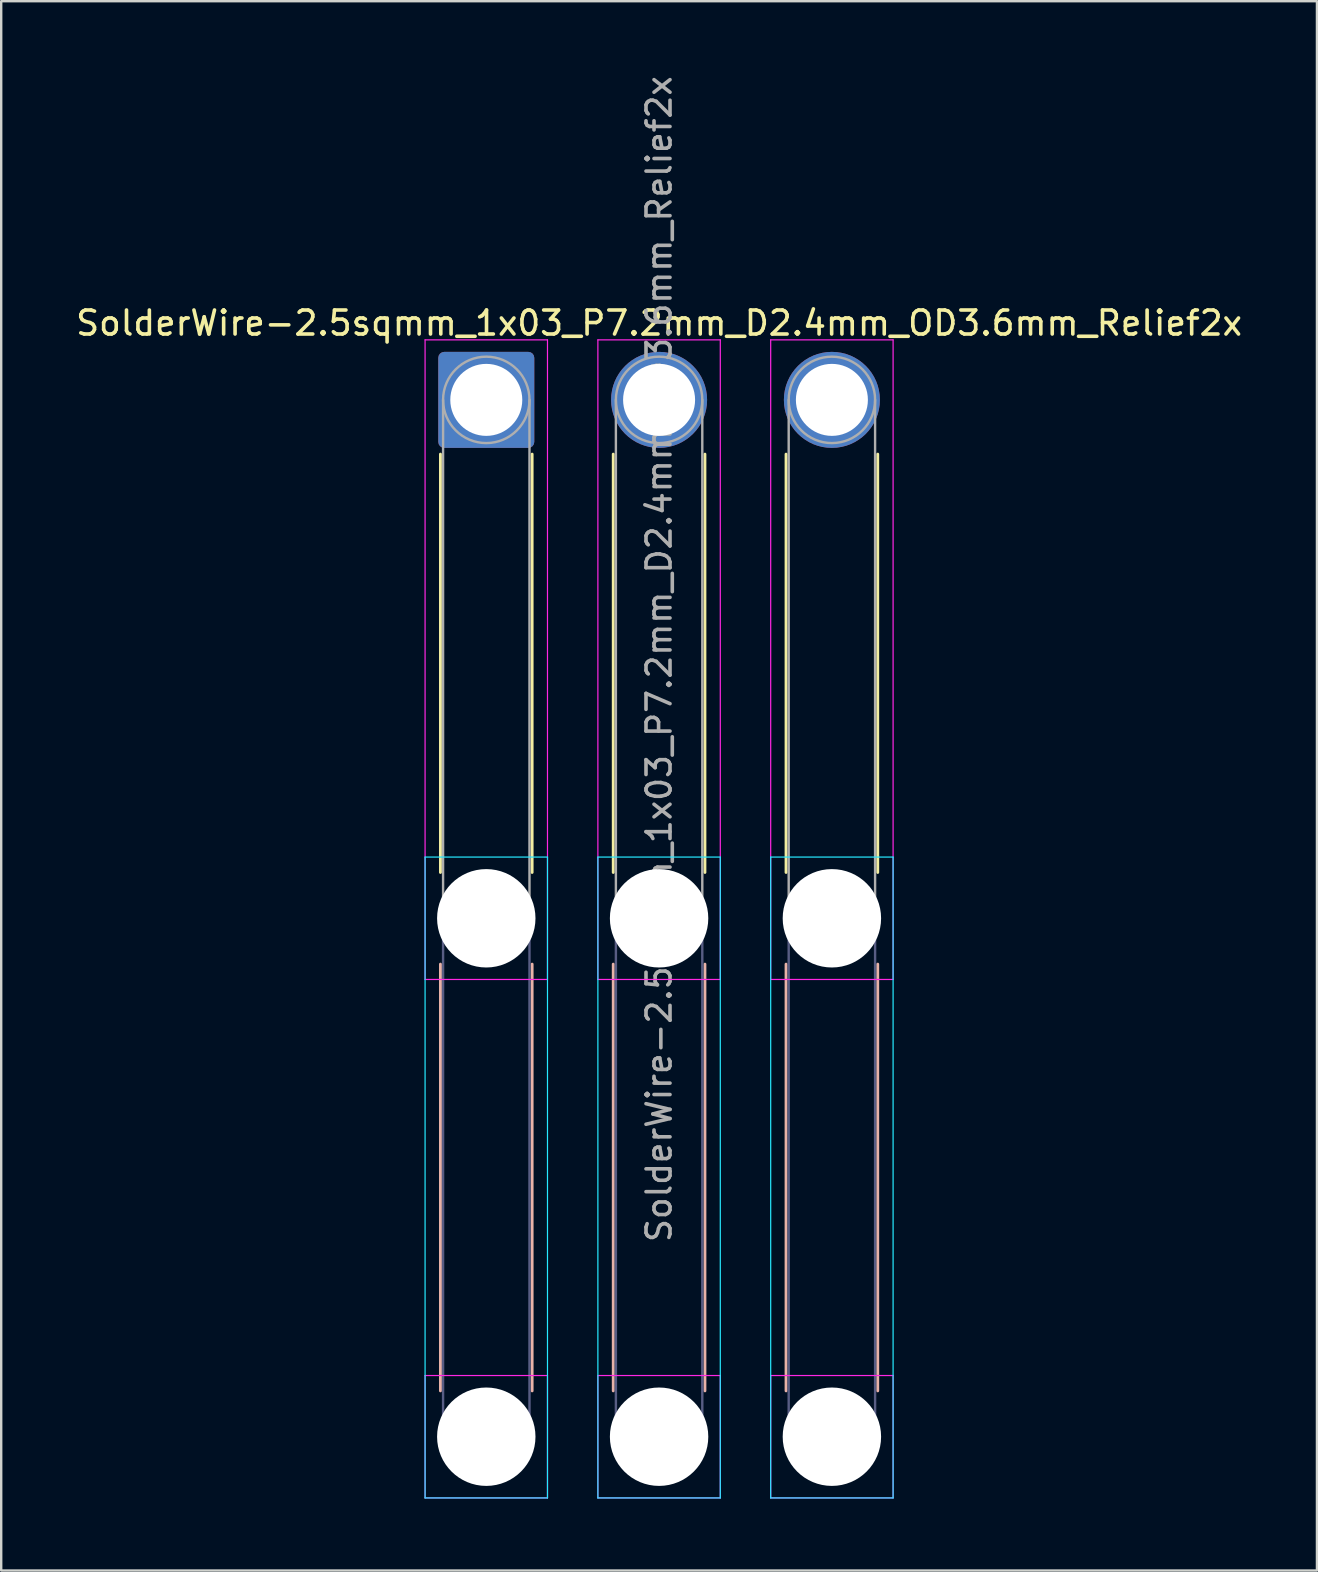
<source format=kicad_pcb>
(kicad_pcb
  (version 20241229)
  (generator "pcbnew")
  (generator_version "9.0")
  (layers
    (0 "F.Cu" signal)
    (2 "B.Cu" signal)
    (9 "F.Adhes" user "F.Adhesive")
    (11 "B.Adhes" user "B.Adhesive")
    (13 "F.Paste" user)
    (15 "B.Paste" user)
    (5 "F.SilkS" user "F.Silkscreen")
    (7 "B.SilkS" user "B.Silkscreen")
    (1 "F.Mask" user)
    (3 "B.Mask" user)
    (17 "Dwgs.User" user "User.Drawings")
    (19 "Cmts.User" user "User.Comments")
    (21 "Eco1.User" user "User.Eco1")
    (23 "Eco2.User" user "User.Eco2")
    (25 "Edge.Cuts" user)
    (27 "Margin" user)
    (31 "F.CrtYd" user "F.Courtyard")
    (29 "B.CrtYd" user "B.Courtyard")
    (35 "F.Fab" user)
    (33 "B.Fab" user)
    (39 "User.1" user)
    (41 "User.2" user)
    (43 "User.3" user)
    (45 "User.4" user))
  (footprint "SolderWire-2.5sqmm_1x03_P7.2mm_D2.4mm_OD3.6mm_Relief2x"
    (layer "F.Cu")
    (at 17.211 13.611)
    (property "Reference" "SolderWire-2.5sqmm_1x03_P7.2mm_D2.4mm_OD3.6mm_Relief2x" (at 7.2 -3.2 0) (layer "F.SilkS") (effects (font (size 1 1) (thickness 0.15))))
    (attr exclude_from_pos_files exclude_from_bom)
    (fp_line (start -1.91 2.26) (end -1.91 19.69) (stroke (width 0.12) (type solid)) (layer "F.SilkS"))
    (fp_line (start 1.91 2.26) (end 1.91 19.69) (stroke (width 0.12) (type solid)) (layer "F.SilkS"))
    (fp_line (start 5.29 2.26) (end 5.29 19.69) (stroke (width 0.12) (type solid)) (layer "F.SilkS"))
    (fp_line (start 9.11 2.26) (end 9.11 19.69) (stroke (width 0.12) (type solid)) (layer "F.SilkS"))
    (fp_line (start 12.49 2.26) (end 12.49 19.69) (stroke (width 0.12) (type solid)) (layer "F.SilkS"))
    (fp_line (start 16.31 2.26) (end 16.31 19.69) (stroke (width 0.12) (type solid)) (layer "F.SilkS"))
    (fp_line (start -1.91 23.51) (end -1.91 41.29) (stroke (width 0.12) (type solid)) (layer "B.SilkS"))
    (fp_line (start 1.91 23.51) (end 1.91 41.29) (stroke (width 0.12) (type solid)) (layer "B.SilkS"))
    (fp_line (start 5.29 23.51) (end 5.29 41.29) (stroke (width 0.12) (type solid)) (layer "B.SilkS"))
    (fp_line (start 9.11 23.51) (end 9.11 41.29) (stroke (width 0.12) (type solid)) (layer "B.SilkS"))
    (fp_line (start 12.49 23.51) (end 12.49 41.29) (stroke (width 0.12) (type solid)) (layer "B.SilkS"))
    (fp_line (start 16.31 23.51) (end 16.31 41.29) (stroke (width 0.12) (type solid)) (layer "B.SilkS"))
    (fp_line (start -2.55 19.05) (end -2.55 45.75) (stroke (width 0.05) (type solid)) (layer "B.CrtYd"))
    (fp_line (start -2.55 45.75) (end 2.55 45.75) (stroke (width 0.05) (type solid)) (layer "B.CrtYd"))
    (fp_line (start 2.55 19.05) (end -2.55 19.05) (stroke (width 0.05) (type solid)) (layer "B.CrtYd"))
    (fp_line (start 2.55 45.75) (end 2.55 19.05) (stroke (width 0.05) (type solid)) (layer "B.CrtYd"))
    (fp_line (start 4.65 19.05) (end 4.65 45.75) (stroke (width 0.05) (type solid)) (layer "B.CrtYd"))
    (fp_line (start 4.65 45.75) (end 9.75 45.75) (stroke (width 0.05) (type solid)) (layer "B.CrtYd"))
    (fp_line (start 9.75 19.05) (end 4.65 19.05) (stroke (width 0.05) (type solid)) (layer "B.CrtYd"))
    (fp_line (start 9.75 45.75) (end 9.75 19.05) (stroke (width 0.05) (type solid)) (layer "B.CrtYd"))
    (fp_line (start 11.85 19.05) (end 11.85 45.75) (stroke (width 0.05) (type solid)) (layer "B.CrtYd"))
    (fp_line (start 11.85 45.75) (end 16.95 45.75) (stroke (width 0.05) (type solid)) (layer "B.CrtYd"))
    (fp_line (start 16.95 19.05) (end 11.85 19.05) (stroke (width 0.05) (type solid)) (layer "B.CrtYd"))
    (fp_line (start 16.95 45.75) (end 16.95 19.05) (stroke (width 0.05) (type solid)) (layer "B.CrtYd"))
    (fp_line (start -2.55 -2.5) (end -2.55 24.15) (stroke (width 0.05) (type solid)) (layer "F.CrtYd"))
    (fp_line (start -2.55 24.15) (end 2.55 24.15) (stroke (width 0.05) (type solid)) (layer "F.CrtYd"))
    (fp_line (start -2.55 40.65) (end -2.55 45.75) (stroke (width 0.05) (type solid)) (layer "F.CrtYd"))
    (fp_line (start -2.55 45.75) (end 2.55 45.75) (stroke (width 0.05) (type solid)) (layer "F.CrtYd"))
    (fp_line (start 2.55 -2.5) (end -2.55 -2.5) (stroke (width 0.05) (type solid)) (layer "F.CrtYd"))
    (fp_line (start 2.55 24.15) (end 2.55 -2.5) (stroke (width 0.05) (type solid)) (layer "F.CrtYd"))
    (fp_line (start 2.55 40.65) (end -2.55 40.65) (stroke (width 0.05) (type solid)) (layer "F.CrtYd"))
    (fp_line (start 2.55 45.75) (end 2.55 40.65) (stroke (width 0.05) (type solid)) (layer "F.CrtYd"))
    (fp_line (start 4.65 -2.5) (end 4.65 24.15) (stroke (width 0.05) (type solid)) (layer "F.CrtYd"))
    (fp_line (start 4.65 24.15) (end 9.75 24.15) (stroke (width 0.05) (type solid)) (layer "F.CrtYd"))
    (fp_line (start 4.65 40.65) (end 4.65 45.75) (stroke (width 0.05) (type solid)) (layer "F.CrtYd"))
    (fp_line (start 4.65 45.75) (end 9.75 45.75) (stroke (width 0.05) (type solid)) (layer "F.CrtYd"))
    (fp_line (start 9.75 -2.5) (end 4.65 -2.5) (stroke (width 0.05) (type solid)) (layer "F.CrtYd"))
    (fp_line (start 9.75 24.15) (end 9.75 -2.5) (stroke (width 0.05) (type solid)) (layer "F.CrtYd"))
    (fp_line (start 9.75 40.65) (end 4.65 40.65) (stroke (width 0.05) (type solid)) (layer "F.CrtYd"))
    (fp_line (start 9.75 45.75) (end 9.75 40.65) (stroke (width 0.05) (type solid)) (layer "F.CrtYd"))
    (fp_line (start 11.85 -2.5) (end 11.85 24.15) (stroke (width 0.05) (type solid)) (layer "F.CrtYd"))
    (fp_line (start 11.85 24.15) (end 16.95 24.15) (stroke (width 0.05) (type solid)) (layer "F.CrtYd"))
    (fp_line (start 11.85 40.65) (end 11.85 45.75) (stroke (width 0.05) (type solid)) (layer "F.CrtYd"))
    (fp_line (start 11.85 45.75) (end 16.95 45.75) (stroke (width 0.05) (type solid)) (layer "F.CrtYd"))
    (fp_line (start 16.95 -2.5) (end 11.85 -2.5) (stroke (width 0.05) (type solid)) (layer "F.CrtYd"))
    (fp_line (start 16.95 24.15) (end 16.95 -2.5) (stroke (width 0.05) (type solid)) (layer "F.CrtYd"))
    (fp_line (start 16.95 40.65) (end 11.85 40.65) (stroke (width 0.05) (type solid)) (layer "F.CrtYd"))
    (fp_line (start 16.95 45.75) (end 16.95 40.65) (stroke (width 0.05) (type solid)) (layer "F.CrtYd"))
    (fp_line (start -1.8 21.6) (end -1.8 43.2) (stroke (width 0.1) (type solid)) (layer "B.Fab"))
    (fp_line (start 1.8 21.6) (end 1.8 43.2) (stroke (width 0.1) (type solid)) (layer "B.Fab"))
    (fp_line (start 5.4 21.6) (end 5.4 43.2) (stroke (width 0.1) (type solid)) (layer "B.Fab"))
    (fp_line (start 9 21.6) (end 9 43.2) (stroke (width 0.1) (type solid)) (layer "B.Fab"))
    (fp_line (start 12.6 21.6) (end 12.6 43.2) (stroke (width 0.1) (type solid)) (layer "B.Fab"))
    (fp_line (start 16.2 21.6) (end 16.2 43.2) (stroke (width 0.1) (type solid)) (layer "B.Fab"))
    (fp_circle (center 0 21.6) (end 1.8 21.6) (stroke (width 0.1) (type solid)) (fill no) (layer "B.Fab"))
    (fp_circle (center 0 43.2) (end 1.8 43.2) (stroke (width 0.1) (type solid)) (fill no) (layer "B.Fab"))
    (fp_circle (center 7.2 21.6) (end 9 21.6) (stroke (width 0.1) (type solid)) (fill no) (layer "B.Fab"))
    (fp_circle (center 7.2 43.2) (end 9 43.2) (stroke (width 0.1) (type solid)) (fill no) (layer "B.Fab"))
    (fp_circle (center 14.4 21.6) (end 16.2 21.6) (stroke (width 0.1) (type solid)) (fill no) (layer "B.Fab"))
    (fp_circle (center 14.4 43.2) (end 16.2 43.2) (stroke (width 0.1) (type solid)) (fill no) (layer "B.Fab"))
    (fp_line (start -1.8 0) (end -1.8 21.6) (stroke (width 0.1) (type solid)) (layer "F.Fab"))
    (fp_line (start 1.8 0) (end 1.8 21.6) (stroke (width 0.1) (type solid)) (layer "F.Fab"))
    (fp_line (start 5.4 0) (end 5.4 21.6) (stroke (width 0.1) (type solid)) (layer "F.Fab"))
    (fp_line (start 9 0) (end 9 21.6) (stroke (width 0.1) (type solid)) (layer "F.Fab"))
    (fp_line (start 12.6 0) (end 12.6 21.6) (stroke (width 0.1) (type solid)) (layer "F.Fab"))
    (fp_line (start 16.2 0) (end 16.2 21.6) (stroke (width 0.1) (type solid)) (layer "F.Fab"))
    (fp_circle (center 0 0) (end 1.8 0) (stroke (width 0.1) (type solid)) (fill no) (layer "F.Fab"))
    (fp_circle (center 0 21.6) (end 1.8 21.6) (stroke (width 0.1) (type solid)) (fill no) (layer "F.Fab"))
    (fp_circle (center 0 43.2) (end 1.8 43.2) (stroke (width 0.1) (type solid)) (fill no) (layer "F.Fab"))
    (fp_circle (center 7.2 0) (end 9 0) (stroke (width 0.1) (type solid)) (fill no) (layer "F.Fab"))
    (fp_circle (center 7.2 21.6) (end 9 21.6) (stroke (width 0.1) (type solid)) (fill no) (layer "F.Fab"))
    (fp_circle (center 7.2 43.2) (end 9 43.2) (stroke (width 0.1) (type solid)) (fill no) (layer "F.Fab"))
    (fp_circle (center 14.4 0) (end 16.2 0) (stroke (width 0.1) (type solid)) (fill no) (layer "F.Fab"))
    (fp_circle (center 14.4 21.6) (end 16.2 21.6) (stroke (width 0.1) (type solid)) (fill no) (layer "F.Fab"))
    (fp_circle (center 14.4 43.2) (end 16.2 43.2) (stroke (width 0.1) (type solid)) (fill no) (layer "F.Fab"))
    (fp_text user "${REFERENCE}" (at 7.2 10.8 90) (layer "F.Fab") (effects (font (size 1 1) (thickness 0.15))))
    (pad "" np_thru_hole circle (at 0 21.6) (size 4.1 4.1) (drill 4.1) (layers "*.Cu" "*.Mask"))
    (pad "" np_thru_hole circle (at 0 43.2) (size 4.1 4.1) (drill 4.1) (layers "*.Cu" "*.Mask"))
    (pad "" np_thru_hole circle (at 7.2 21.6) (size 4.1 4.1) (drill 4.1) (layers "*.Cu" "*.Mask"))
    (pad "" np_thru_hole circle (at 7.2 43.2) (size 4.1 4.1) (drill 4.1) (layers "*.Cu" "*.Mask"))
    (pad "" np_thru_hole circle (at 14.4 21.6) (size 4.1 4.1) (drill 4.1) (layers "*.Cu" "*.Mask"))
    (pad "" np_thru_hole circle (at 14.4 43.2) (size 4.1 4.1) (drill 4.1) (layers "*.Cu" "*.Mask"))
    (pad "1" thru_hole roundrect (at 0 0) (size 4 4) (drill 3) (layers "*.Cu" "*.Mask") (roundrect_rratio 0.062))
    (pad "2" thru_hole circle (at 7.2 0) (size 4 4) (drill 3) (layers "*.Cu" "*.Mask"))
    (pad "3" thru_hole circle (at 14.4 0) (size 4 4) (drill 3) (layers "*.Cu" "*.Mask")))
  (gr_rect
    (start -3 -3)
    (end 51.821 62.386)
    (stroke (width 0.1) (type default))
    (fill no)
    (layer "Edge.Cuts")))
</source>
